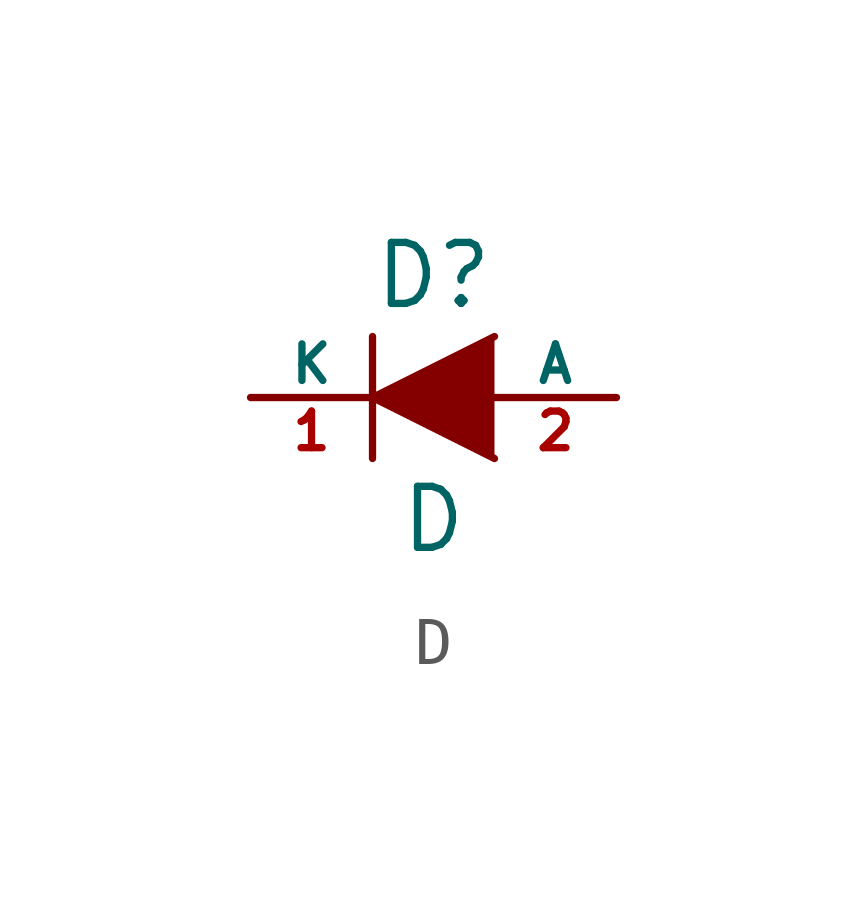
<source format=kicad_sym>
(kicad_symbol_lib
  (version 20241209)
  (generator "kicad_symbol_editor")
  (generator_version "9.0")
  (symbol "D"
    (pin_names
      (offset 0))
    (property "Reference" "D"
      (at 0 2.54 0)
      (effects (font (size 1.27 1.27))))
    (property "Value" "D"
      (at 0 -2.54 0)
      (effects (font (size 1.27 1.27))))
    (property "Footprint" ""
      (at 0 0 0)
      (effects (font (size 1.524 1.524))))
    (property "Datasheet" ""
      (at 0 0 0)
      (effects (font (size 1.524 1.524))))
    (symbol "D_0_1"
      (polyline (pts (xy -1.27 1.27) (xy -1.27 -1.27)) (stroke (width 0.152) (type default)) (fill (type none)))
      (polyline (pts (xy 1.27 1.27) (xy -1.27 0) (xy 1.27 -1.27)) (stroke (width 0) (type default)) (fill (type outline))))
    (symbol "D_1_1"
      (pin passive line (at -3.81 0 0) (length 2.54) (name "K" (effects (font (size 0.762 0.762)))) (number "1" (effects (font (size 0.762 0.762)))))
      (pin passive line (at 3.81 0 180) (length 2.54) (name "A" (effects (font (size 0.762 0.762)))) (number "2" (effects (font (size 0.762 0.762))))))))
</source>
